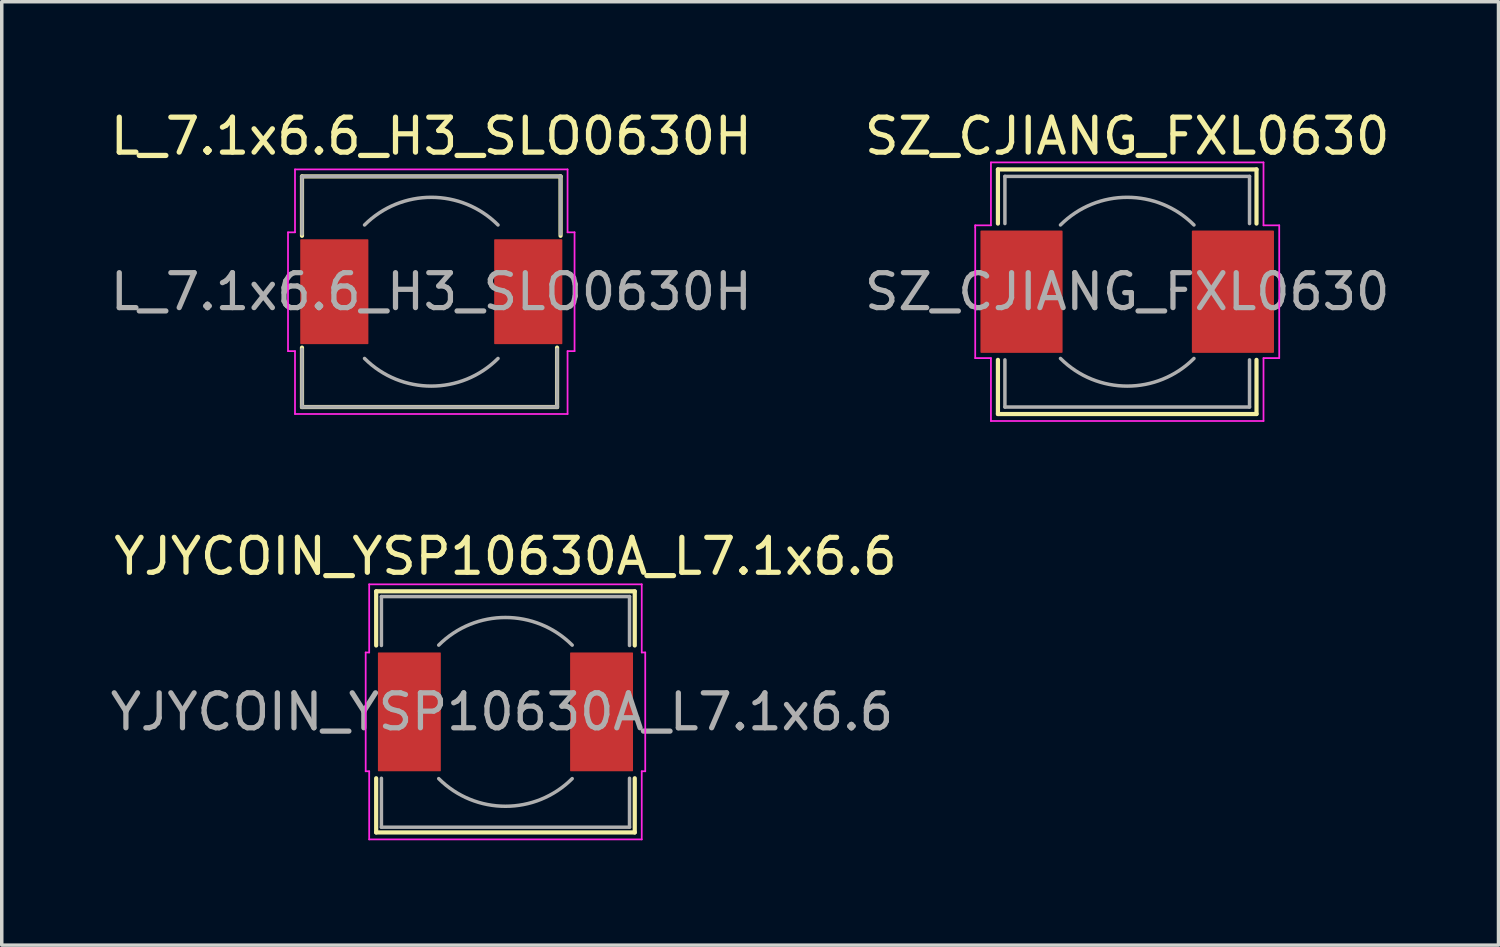
<source format=kicad_pcb>
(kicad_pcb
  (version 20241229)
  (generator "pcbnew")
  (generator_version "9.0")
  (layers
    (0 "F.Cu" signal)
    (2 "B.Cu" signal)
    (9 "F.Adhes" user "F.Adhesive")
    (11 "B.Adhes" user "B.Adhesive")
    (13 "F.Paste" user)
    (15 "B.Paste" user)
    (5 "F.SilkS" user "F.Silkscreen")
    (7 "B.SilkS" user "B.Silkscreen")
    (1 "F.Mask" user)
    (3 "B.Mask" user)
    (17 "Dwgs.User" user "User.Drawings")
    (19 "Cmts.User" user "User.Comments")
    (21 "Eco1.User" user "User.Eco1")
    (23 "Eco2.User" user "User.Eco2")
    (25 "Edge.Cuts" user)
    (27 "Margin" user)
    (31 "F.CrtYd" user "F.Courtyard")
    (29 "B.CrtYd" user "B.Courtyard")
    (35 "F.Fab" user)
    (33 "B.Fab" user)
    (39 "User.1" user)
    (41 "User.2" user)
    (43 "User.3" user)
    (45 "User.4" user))
  (footprint "YJYCOIN_YSP10630A_L7.1x6.6"
    (layer "F.Cu")
    (at 11.415 17.322)
    (property "Reference" "YJYCOIN_YSP10630A_L7.1x6.6" (at 0 -4.45 0) (layer "F.SilkS") (effects (font (size 1 1) (thickness 0.15))))
    (attr smd)
    (fp_line (start -3.7 -3.45) (end 3.7 -3.45) (stroke (width 0.12) (type solid)) (layer "F.SilkS"))
    (fp_line (start -3.7 -1.9) (end -3.7 -3.45) (stroke (width 0.12) (type solid)) (layer "F.SilkS"))
    (fp_line (start -3.7 3.45) (end -3.7 1.9) (stroke (width 0.12) (type solid)) (layer "F.SilkS"))
    (fp_line (start 3.7 -3.45) (end 3.7 -1.9) (stroke (width 0.12) (type solid)) (layer "F.SilkS"))
    (fp_line (start 3.7 1.9) (end 3.7 3.45) (stroke (width 0.12) (type solid)) (layer "F.SilkS"))
    (fp_line (start 3.7 3.45) (end -3.7 3.45) (stroke (width 0.12) (type solid)) (layer "F.SilkS"))
    (fp_line (start -4 -1.7) (end -4 1.7) (stroke (width 0.05) (type default)) (layer "F.CrtYd"))
    (fp_line (start -4 1.7) (end -3.9 1.7) (stroke (width 0.05) (type default)) (layer "F.CrtYd"))
    (fp_line (start -3.9 -3.65) (end -3.9 -1.7) (stroke (width 0.05) (type solid)) (layer "F.CrtYd"))
    (fp_line (start -3.9 -1.7) (end -4 -1.7) (stroke (width 0.05) (type default)) (layer "F.CrtYd"))
    (fp_line (start -3.9 1.7) (end -3.9 3.65) (stroke (width 0.05) (type solid)) (layer "F.CrtYd"))
    (fp_line (start -3.9 3.65) (end 3.9 3.65) (stroke (width 0.05) (type solid)) (layer "F.CrtYd"))
    (fp_line (start 3.9 -3.65) (end -3.9 -3.65) (stroke (width 0.05) (type solid)) (layer "F.CrtYd"))
    (fp_line (start 3.9 -1.7) (end 3.9 -3.65) (stroke (width 0.05) (type solid)) (layer "F.CrtYd"))
    (fp_line (start 3.9 1.7) (end 4 1.7) (stroke (width 0.05) (type default)) (layer "F.CrtYd"))
    (fp_line (start 3.9 3.65) (end 3.9 1.7) (stroke (width 0.05) (type solid)) (layer "F.CrtYd"))
    (fp_line (start 4 -1.7) (end 3.9 -1.7) (stroke (width 0.05) (type default)) (layer "F.CrtYd"))
    (fp_line (start 4 1.7) (end 4 -1.7) (stroke (width 0.05) (type default)) (layer "F.CrtYd"))
    (fp_line (start -3.55 -3.3) (end -3.55 -1.9) (stroke (width 0.1) (type solid)) (layer "F.Fab"))
    (fp_line (start -3.55 -3.3) (end 3.55 -3.3) (stroke (width 0.1) (type solid)) (layer "F.Fab"))
    (fp_line (start -3.55 3.3) (end -3.55 1.9) (stroke (width 0.1) (type solid)) (layer "F.Fab"))
    (fp_line (start -3.55 3.3) (end 3.55 3.3) (stroke (width 0.1) (type solid)) (layer "F.Fab"))
    (fp_line (start 3.55 -3.3) (end 3.55 -1.9) (stroke (width 0.1) (type solid)) (layer "F.Fab"))
    (fp_line (start 3.55 3.3) (end 3.55 1.9) (stroke (width 0.1) (type solid)) (layer "F.Fab"))
    (fp_arc (start -1.91 -1.91) (mid 0 -2.701148) (end 1.91 -1.91) (stroke (width 0.1) (type solid)) (layer "F.Fab"))
    (fp_arc (start 1.91 1.91) (mid 0 2.701148) (end -1.91 1.91) (stroke (width 0.1) (type solid)) (layer "F.Fab"))
    (fp_text user "${REFERENCE}" (at -0.1 0 0) (layer "F.Fab") (effects (font (size 1 1) (thickness 0.15))))
    (pad "1" smd roundrect (at -2.75 0) (size 1.8 3.4) (layers "F.Cu" "F.Mask" "F.Paste") (roundrect_rratio 0.01))
    (pad "2" smd roundrect (at 2.75 0) (size 1.8 3.4) (layers "F.Cu" "F.Mask" "F.Paste") (roundrect_rratio 0.01)))
  (footprint "L_7.1x6.6_H3_SLO0630H"
    (layer "F.Cu")
    (at 9.292 5.298)
    (property "Reference" "L_7.1x6.6_H3_SLO0630H" (at 0 -4.45 0) (layer "F.SilkS") (effects (font (size 1 1) (thickness 0.15))))
    (attr smd)
    (fp_line (start -3.7 -3.3) (end 3.7 -3.3) (stroke (width 0.12) (type solid)) (layer "F.SilkS"))
    (fp_line (start -3.7 -1.6) (end -3.7 -3.3) (stroke (width 0.12) (type solid)) (layer "F.SilkS"))
    (fp_line (start -3.7 3.3) (end -3.7 1.6) (stroke (width 0.12) (type solid)) (layer "F.SilkS"))
    (fp_line (start 3.6 1.6) (end 3.6 3.3) (stroke (width 0.12) (type solid)) (layer "F.SilkS"))
    (fp_line (start 3.6 3.3) (end -3.7 3.3) (stroke (width 0.12) (type solid)) (layer "F.SilkS"))
    (fp_line (start 3.7 -3.3) (end 3.7 -1.6) (stroke (width 0.12) (type solid)) (layer "F.SilkS"))
    (fp_line (start -4.1 -1.7) (end -4.1 1.7) (stroke (width 0.05) (type default)) (layer "F.CrtYd"))
    (fp_line (start -4.1 1.7) (end -3.9 1.7) (stroke (width 0.05) (type default)) (layer "F.CrtYd"))
    (fp_line (start -3.9 -3.5) (end -3.9 -1.7) (stroke (width 0.05) (type solid)) (layer "F.CrtYd"))
    (fp_line (start -3.9 -1.7) (end -4.1 -1.7) (stroke (width 0.05) (type default)) (layer "F.CrtYd"))
    (fp_line (start -3.9 1.7) (end -3.9 3.5) (stroke (width 0.05) (type solid)) (layer "F.CrtYd"))
    (fp_line (start -3.9 3.5) (end 3.9 3.5) (stroke (width 0.05) (type solid)) (layer "F.CrtYd"))
    (fp_line (start 3.9 -3.5) (end -3.9 -3.5) (stroke (width 0.05) (type solid)) (layer "F.CrtYd"))
    (fp_line (start 3.9 -1.7) (end 3.9 -3.5) (stroke (width 0.05) (type solid)) (layer "F.CrtYd"))
    (fp_line (start 3.9 1.7) (end 4.1 1.7) (stroke (width 0.05) (type default)) (layer "F.CrtYd"))
    (fp_line (start 3.9 3.5) (end 3.9 1.7) (stroke (width 0.05) (type solid)) (layer "F.CrtYd"))
    (fp_line (start 4.1 -1.7) (end 3.9 -1.7) (stroke (width 0.05) (type default)) (layer "F.CrtYd"))
    (fp_line (start 4.1 1.7) (end 4.1 -1.7) (stroke (width 0.05) (type default)) (layer "F.CrtYd"))
    (fp_line (start -3.7 -3.3) (end -3.7 -1.65) (stroke (width 0.1) (type solid)) (layer "F.Fab"))
    (fp_line (start -3.7 -3.3) (end 3.7 -3.3) (stroke (width 0.1) (type solid)) (layer "F.Fab"))
    (fp_line (start -3.7 3.3) (end -3.7 1.65) (stroke (width 0.1) (type solid)) (layer "F.Fab"))
    (fp_line (start -3.7 3.3) (end 3.6 3.3) (stroke (width 0.1) (type solid)) (layer "F.Fab"))
    (fp_line (start 3.6 3.3) (end 3.6 1.65) (stroke (width 0.1) (type solid)) (layer "F.Fab"))
    (fp_line (start 3.7 -3.3) (end 3.7 -1.65) (stroke (width 0.1) (type solid)) (layer "F.Fab"))
    (fp_arc (start -1.91 -1.91) (mid 0 -2.701148) (end 1.91 -1.91) (stroke (width 0.1) (type solid)) (layer "F.Fab"))
    (fp_arc (start 1.91 1.91) (mid 0 2.701148) (end -1.91 1.91) (stroke (width 0.1) (type solid)) (layer "F.Fab"))
    (fp_text user "${REFERENCE}" (at 0 0 0) (layer "F.Fab") (effects (font (size 1 1) (thickness 0.15))))
    (pad "1" smd roundrect (at -2.775 0) (size 1.95 3) (layers "F.Cu" "F.Mask" "F.Paste") (roundrect_rratio 0.01))
    (pad "2" smd roundrect (at 2.775 0) (size 1.95 3) (layers "F.Cu" "F.Mask" "F.Paste") (roundrect_rratio 0.01)))
  (footprint "SZ_CJIANG_FXL0630"
    (layer "F.Cu")
    (at 29.208 5.298)
    (property "Reference" "SZ_CJIANG_FXL0630" (at 0 -4.45 0) (layer "F.SilkS") (effects (font (size 1 1) (thickness 0.15))))
    (attr smd)
    (fp_line (start -3.7 -3.5) (end 3.7 -3.5) (stroke (width 0.12) (type solid)) (layer "F.SilkS"))
    (fp_line (start -3.7 -1.95) (end -3.7 -3.5) (stroke (width 0.12) (type solid)) (layer "F.SilkS"))
    (fp_line (start -3.7 3.5) (end -3.7 1.95) (stroke (width 0.12) (type solid)) (layer "F.SilkS"))
    (fp_line (start 3.7 -3.5) (end 3.7 -1.95) (stroke (width 0.12) (type solid)) (layer "F.SilkS"))
    (fp_line (start 3.7 1.95) (end 3.7 3.5) (stroke (width 0.12) (type solid)) (layer "F.SilkS"))
    (fp_line (start 3.7 3.5) (end -3.7 3.5) (stroke (width 0.12) (type solid)) (layer "F.SilkS"))
    (fp_line (start -4.35 -1.9) (end -4.35 -1.85) (stroke (width 0.05) (type default)) (layer "F.CrtYd"))
    (fp_line (start -4.35 -1.9) (end -3.9 -1.9) (stroke (width 0.05) (type default)) (layer "F.CrtYd"))
    (fp_line (start -4.35 -1.85) (end -4.35 1.9) (stroke (width 0.05) (type solid)) (layer "F.CrtYd"))
    (fp_line (start -4.35 1.9) (end -3.9 1.9) (stroke (width 0.05) (type default)) (layer "F.CrtYd"))
    (fp_line (start -3.9 -3.7) (end -3.9 -1.9) (stroke (width 0.05) (type solid)) (layer "F.CrtYd"))
    (fp_line (start -3.9 1.9) (end -3.9 3.7) (stroke (width 0.05) (type solid)) (layer "F.CrtYd"))
    (fp_line (start -3.9 3.7) (end 3.9 3.7) (stroke (width 0.05) (type solid)) (layer "F.CrtYd"))
    (fp_line (start 3.9 -3.7) (end -3.9 -3.7) (stroke (width 0.05) (type solid)) (layer "F.CrtYd"))
    (fp_line (start 3.9 -1.9) (end 3.9 -3.7) (stroke (width 0.05) (type solid)) (layer "F.CrtYd"))
    (fp_line (start 3.9 3.7) (end 3.9 1.9) (stroke (width 0.05) (type solid)) (layer "F.CrtYd"))
    (fp_line (start 4.35 -1.9) (end 3.9 -1.9) (stroke (width 0.05) (type default)) (layer "F.CrtYd"))
    (fp_line (start 4.35 -1.9) (end 4.35 1.9) (stroke (width 0.05) (type solid)) (layer "F.CrtYd"))
    (fp_line (start 4.35 1.9) (end 3.9 1.9) (stroke (width 0.05) (type default)) (layer "F.CrtYd"))
    (fp_line (start -3.5 -3.3) (end -3.5 -1.95) (stroke (width 0.1) (type solid)) (layer "F.Fab"))
    (fp_line (start -3.5 -3.3) (end 3.5 -3.3) (stroke (width 0.1) (type solid)) (layer "F.Fab"))
    (fp_line (start -3.5 3.3) (end -3.5 1.95) (stroke (width 0.1) (type solid)) (layer "F.Fab"))
    (fp_line (start -3.5 3.3) (end 3.5 3.3) (stroke (width 0.1) (type solid)) (layer "F.Fab"))
    (fp_line (start 3.5 -3.3) (end 3.5 -1.95) (stroke (width 0.1) (type solid)) (layer "F.Fab"))
    (fp_line (start 3.5 3.3) (end 3.5 1.95) (stroke (width 0.1) (type solid)) (layer "F.Fab"))
    (fp_arc (start -1.91 -1.91) (mid 0 -2.701148) (end 1.91 -1.91) (stroke (width 0.1) (type solid)) (layer "F.Fab"))
    (fp_arc (start 1.91 1.91) (mid 0 2.701148) (end -1.91 1.91) (stroke (width 0.1) (type solid)) (layer "F.Fab"))
    (fp_text user "${REFERENCE}" (at 0 0 0) (layer "F.Fab") (effects (font (size 1 1) (thickness 0.15))))
    (pad "1" smd roundrect (at -3.025 0) (size 2.35 3.5) (layers "F.Cu" "F.Mask" "F.Paste") (roundrect_rratio 0.01))
    (pad "2" smd roundrect (at 3.025 0) (size 2.35 3.5) (layers "F.Cu" "F.Mask" "F.Paste") (roundrect_rratio 0.01)))
  (gr_rect
    (start -3 -3)
    (end 39.833 23.997)
    (stroke (width 0.1) (type default))
    (fill no)
    (layer "Edge.Cuts")))
</source>
